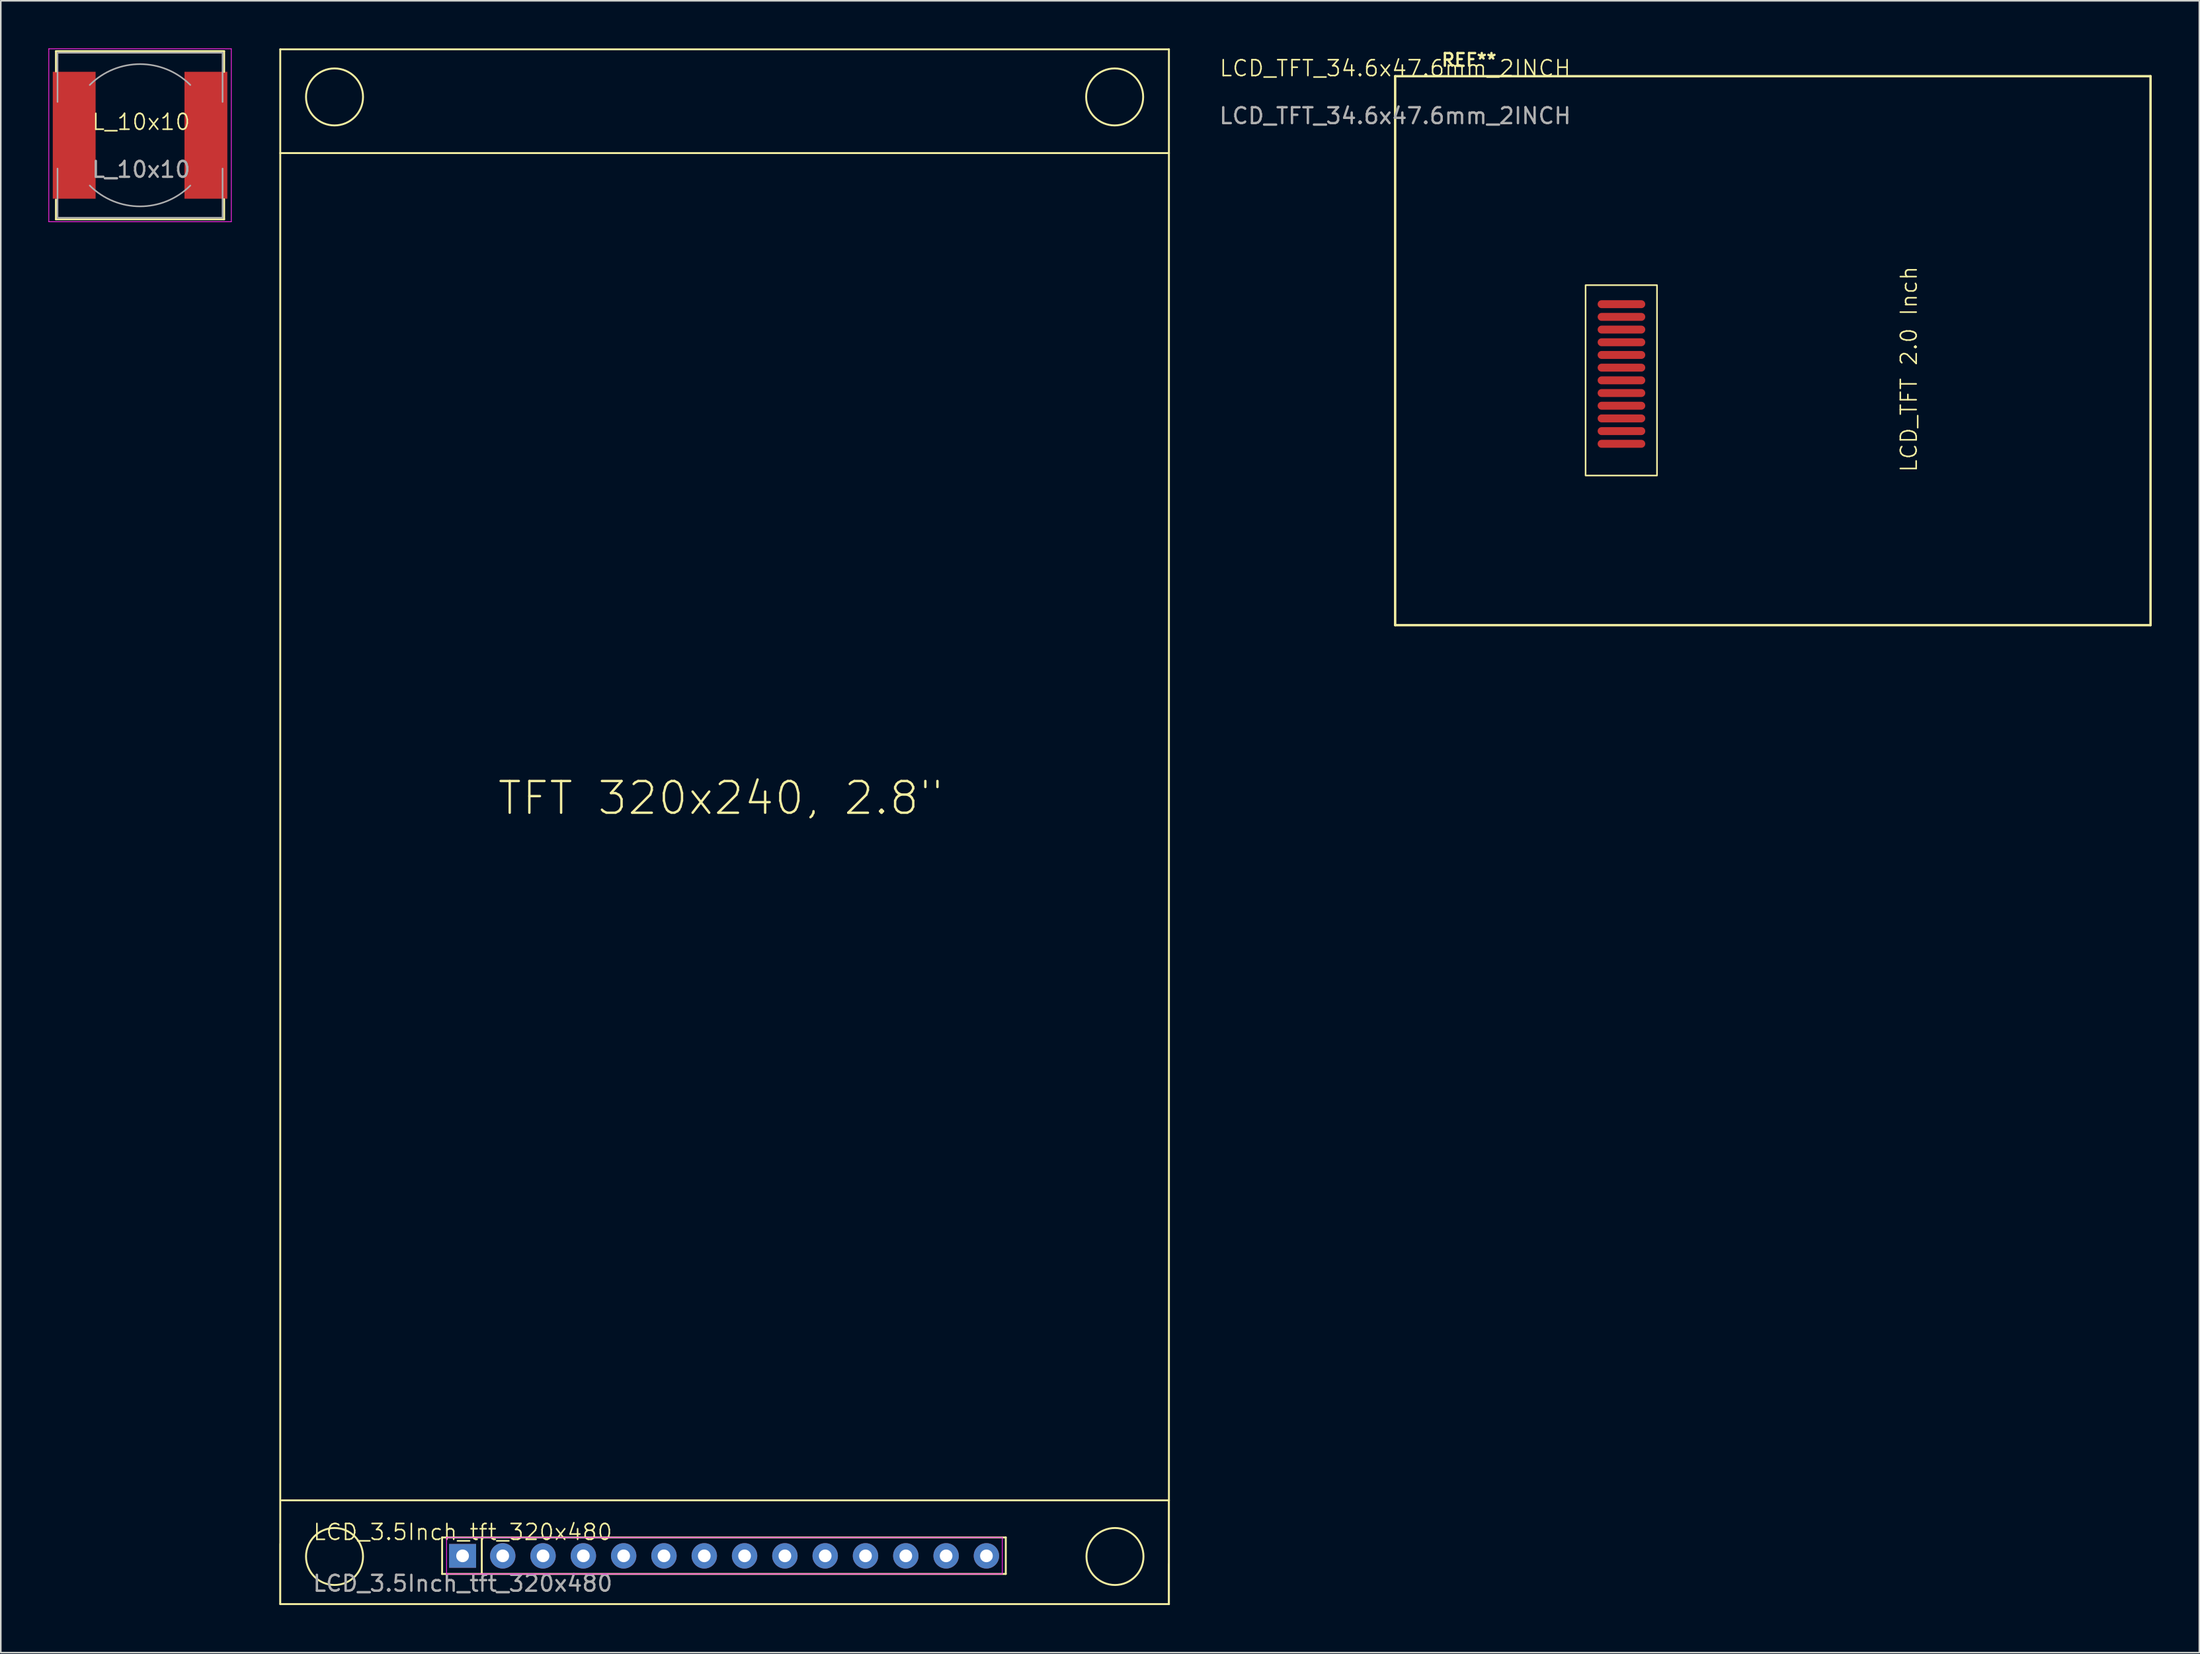
<source format=kicad_pcb>
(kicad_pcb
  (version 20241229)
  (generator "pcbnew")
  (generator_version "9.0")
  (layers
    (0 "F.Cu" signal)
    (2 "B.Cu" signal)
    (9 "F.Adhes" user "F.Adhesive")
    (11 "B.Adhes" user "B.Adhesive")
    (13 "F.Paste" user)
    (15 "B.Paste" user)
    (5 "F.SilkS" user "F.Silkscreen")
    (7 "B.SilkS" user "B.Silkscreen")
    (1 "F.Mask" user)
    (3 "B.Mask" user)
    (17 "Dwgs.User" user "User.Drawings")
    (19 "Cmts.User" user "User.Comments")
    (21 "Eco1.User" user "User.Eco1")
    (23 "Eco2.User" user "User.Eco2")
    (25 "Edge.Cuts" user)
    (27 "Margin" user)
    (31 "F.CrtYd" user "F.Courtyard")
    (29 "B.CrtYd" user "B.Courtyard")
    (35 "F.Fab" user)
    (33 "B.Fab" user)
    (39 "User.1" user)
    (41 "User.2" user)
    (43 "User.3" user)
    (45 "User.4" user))
  (footprint "LCD_3.5Inch_tft_320x480"
    (layer "F.Cu")
    (at 26.11 94.26)
    (property "Reference" "LCD_3.5Inch_tft_320x480" (at 0 -0.74 0) (unlocked yes) (layer "F.SilkS") (effects (font (size 1 1) (thickness 0.1))))
    (attr through_hole)
    (fp_line (start -11.5 -94.2) (end -11.5 3.8) (stroke (width 0.12) (type solid)) (layer "F.SilkS"))
    (fp_line (start -11.5 -87.66) (end 44.5 -87.66) (stroke (width 0.12) (type solid)) (layer "F.SilkS"))
    (fp_line (start -11.5 0) (end -11.5 3.8) (stroke (width 0.1) (type default)) (layer "F.SilkS"))
    (fp_line (start -11.5 3.8) (end 44.5 3.8) (stroke (width 0.12) (type solid)) (layer "F.SilkS"))
    (fp_line (start -11.4 -2.74) (end 44.5 -2.74) (stroke (width 0.12) (type solid)) (layer "F.SilkS"))
    (fp_line (start -1.3 -0.4) (end 34.22 -0.4) (stroke (width 0.12) (type solid)) (layer "F.SilkS"))
    (fp_line (start -1.3 1.9) (end -1.3 -0.4) (stroke (width 0.12) (type solid)) (layer "F.SilkS"))
    (fp_line (start 1.2 -0.4) (end 1.2 1.9) (stroke (width 0.12) (type solid)) (layer "F.SilkS"))
    (fp_line (start 34.22 -0.4) (end 34.22 1.9) (stroke (width 0.12) (type solid)) (layer "F.SilkS"))
    (fp_line (start 34.22 1.9) (end -1.3 1.9) (stroke (width 0.12) (type solid)) (layer "F.SilkS"))
    (fp_line (start 44.5 -94.2) (end -11.5 -94.2) (stroke (width 0.12) (type solid)) (layer "F.SilkS"))
    (fp_line (start 44.5 -2.74) (end 44.5 3.8) (stroke (width 0.1) (type default)) (layer "F.SilkS"))
    (fp_line (start 44.5 1.26) (end 44.5 3.8) (stroke (width 0.1) (type default)) (layer "F.SilkS"))
    (fp_line (start 44.5 3.8) (end 44.5 -94.2) (stroke (width 0.12) (type solid)) (layer "F.SilkS"))
    (fp_circle (center -8.08 -91.2) (end -9.35 -92.47) (stroke (width 0.12) (type solid)) (fill no) (layer "F.SilkS"))
    (fp_circle (center -8.08 0.8) (end -9.35 2.07) (stroke (width 0.12) (type solid)) (fill no) (layer "F.SilkS"))
    (fp_circle (center 41.08 -91.2) (end 39.81 -89.93) (stroke (width 0.12) (type solid)) (fill no) (layer "F.SilkS"))
    (fp_circle (center 41.1 0.8) (end 39.83 2.07) (stroke (width 0.12) (type solid)) (fill no) (layer "F.SilkS"))
    (fp_line (start -1.02 -0.4) (end 34 -0.4) (stroke (width 0.05) (type solid)) (layer "F.CrtYd"))
    (fp_line (start -1.02 1.9) (end -1.02 -0.4) (stroke (width 0.05) (type solid)) (layer "F.CrtYd"))
    (fp_line (start 34 -0.4) (end 34 1.9) (stroke (width 0.05) (type solid)) (layer "F.CrtYd"))
    (fp_line (start 34 1.9) (end -1.02 1.9) (stroke (width 0.05) (type solid)) (layer "F.CrtYd"))
    (fp_text user "TFT 320x240, 2.8\"" (at 16.246 -47 0) (layer "F.SilkS") (effects (font (size 2 2) (thickness 0.15))))
    (fp_text user "${REFERENCE}" (at 0 2.5 0) (unlocked yes) (layer "F.Fab") (effects (font (size 1 1) (thickness 0.15))))
    (pad "1" thru_hole rect (at -0.01 0.76) (size 1.7 1.5) (drill 0.8) (layers "*.Cu" "*.Mask"))
    (pad "2" thru_hole circle (at 2.52 0.76) (size 1.6 1.6) (drill 0.8) (layers "*.Cu" "*.Mask"))
    (pad "3" thru_hole circle (at 5.06 0.76) (size 1.6 1.6) (drill 0.8) (layers "*.Cu" "*.Mask"))
    (pad "4" thru_hole circle (at 7.6 0.76) (size 1.6 1.6) (drill 0.8) (layers "*.Cu" "*.Mask"))
    (pad "5" thru_hole circle (at 10.14 0.76) (size 1.6 1.6) (drill 0.8) (layers "*.Cu" "*.Mask"))
    (pad "6" thru_hole circle (at 12.68 0.76) (size 1.6 1.6) (drill 0.8) (layers "*.Cu" "*.Mask"))
    (pad "7" thru_hole circle (at 15.22 0.76) (size 1.6 1.6) (drill 0.8) (layers "*.Cu" "*.Mask"))
    (pad "8" thru_hole circle (at 17.76 0.76) (size 1.6 1.6) (drill 0.8) (layers "*.Cu" "*.Mask"))
    (pad "9" thru_hole circle (at 20.3 0.76) (size 1.6 1.6) (drill 0.8) (layers "*.Cu" "*.Mask"))
    (pad "10" thru_hole circle (at 22.84 0.76) (size 1.6 1.6) (drill 0.8) (layers "*.Cu" "*.Mask"))
    (pad "11" thru_hole circle (at 25.38 0.76) (size 1.6 1.6) (drill 0.8) (layers "*.Cu" "*.Mask"))
    (pad "12" thru_hole circle (at 27.92 0.76) (size 1.6 1.6) (drill 0.8) (layers "*.Cu" "*.Mask"))
    (pad "13" thru_hole circle (at 30.46 0.76) (size 1.6 1.6) (drill 0.8) (layers "*.Cu" "*.Mask"))
    (pad "14" thru_hole circle (at 33 0.76) (size 1.6 1.6) (drill 0.8) (layers "*.Cu" "*.Mask")))
  (footprint "LCD_TFT_34.6x47.6mm_2INCH"
    (layer "F.Cu")
    (at 84.866 1.754)
    (property "Reference" "LCD_TFT_34.6x47.6mm_2INCH" (at 0 -0.5 0) (unlocked yes) (layer "F.SilkS") (effects (font (size 1 1) (thickness 0.1))))
    (attr smd)
    (fp_line (start 0 0) (end 47.6 0) (stroke (width 0.15) (type default)) (layer "F.SilkS"))
    (fp_line (start 0 34.6) (end 0 0) (stroke (width 0.15) (type default)) (layer "F.SilkS"))
    (fp_line (start 0 34.6) (end 47.6 34.6) (stroke (width 0.15) (type default)) (layer "F.SilkS"))
    (fp_line (start 47.6 34.6) (end 47.6 0) (stroke (width 0.15) (type default)) (layer "F.SilkS"))
    (fp_rect (start 12 13.17) (end 16.5 25.17) (stroke (width 0.1) (type default)) (fill no) (layer "F.SilkS"))
    (fp_line (start 16.5 23.17) (end 12 23.17) (stroke (width 0.1) (type default)) (layer "Margin"))
    (fp_line (start 16.5 25.17) (end 16.5 23.17) (stroke (width 0.1) (type default)) (layer "Margin"))
    (fp_text user "LCD_TFT 2.0 Inch" (at 32.96 25.03 90) (unlocked yes) (layer "F.SilkS") (effects (font (size 1 1) (thickness 0.1)) (justify left bottom)))
    (fp_text user "REF**" (at 4.658 -1.023 0) (unlocked yes) (layer "F.SilkS") (effects (font (size 0.8 0.8) (thickness 0.15))))
    (fp_text user "${REFERENCE}" (at 0 2.5 0) (unlocked yes) (layer "F.Fab") (effects (font (size 1 1) (thickness 0.15))))
    (dimension (type aligned) (layer "Margin") (pts (xy 96.866 14.924) (xy 101.366 14.924)) (height -2.9) (format (prefix "") (suffix "") (units 3) (units_format 1) (precision 2)) (style (thickness 0.1) (arrow_length 1.27) (text_position_mode 2) (arrow_direction outward) (extension_height 0.586) (extension_offset 0.5) (keep_text_aligned yes)) (gr_text "4.50 mm" (at 100.886 10.654 0) (layer "Margin") (effects (font (size 1 1) (thickness 0.1)))))
    (dimension (type aligned) (layer "Margin") (pts (xy 84.866 1.754) (xy 84.866 36.354)) (height 3.8) (format (prefix "") (suffix "") (units 3) (units_format 1) (precision 4)) (style (thickness 0.1) (arrow_length 1.27) (text_position_mode 0) (arrow_direction outward) (extension_height 0.586) (extension_offset 0.5) (keep_text_aligned yes)) (gr_text "34.6000 mm" (at 79.966 19.054 90) (layer "Margin") (effects (font (size 1 1) (thickness 0.1)))))
    (dimension (type aligned) (layer "Margin") (pts (xy 84.866 36.354) (xy 132.466 36.354)) (height 2.8) (format (prefix "") (suffix "") (units 3) (units_format 1) (precision 4)) (style (thickness 0.1) (arrow_length 1.27) (text_position_mode 0) (arrow_direction outward) (extension_height 0.586) (extension_offset 0.5) (keep_text_aligned yes)) (gr_text "47.6000 mm" (at 108.666 38.054 0) (layer "Margin") (effects (font (size 1 1) (thickness 0.1)))))
    (dimension (type aligned) (layer "Margin") (pts (xy 101.366 14.924) (xy 101.366 26.924)) (height -3.1) (format (prefix "") (suffix "") (units 3) (units_format 1) (precision 2)) (style (thickness 0.1) (arrow_length 1.27) (text_position_mode 0) (arrow_direction outward) (extension_height 0.586) (extension_offset 0.5) (keep_text_aligned yes)) (gr_text "12.00 mm" (at 103.366 20.924 90) (layer "Margin") (effects (font (size 1 1) (thickness 0.1)))))
    (dimension (type aligned) (layer "Margin") (pts (xy 96.866 14.924) (xy 84.866 14.924)) (height -0.021) (format (prefix "") (suffix "") (units 3) (units_format 1) (precision 4)) (style (thickness 0.1) (arrow_length 1.27) (text_position_mode 0) (arrow_direction outward) (extension_height 0.586) (extension_offset 0.5) (keep_text_aligned yes)) (gr_text "12.0000 mm" (at 90.866 13.845 0) (layer "Margin") (effects (font (size 1 1) (thickness 0.1)))))
    (dimension (type aligned) (layer "Margin") (pts (xy 96.866 14.945) (xy 96.866 1.775)) (height 0) (format (prefix "") (suffix "") (units 3) (units_format 1) (precision 4)) (style (thickness 0.1) (arrow_length 1.27) (text_position_mode 0) (arrow_direction outward) (extension_height 0.586) (extension_offset 0.5) (keep_text_aligned yes)) (gr_text "13.1700 mm" (at 95.766 8.36 90) (layer "Margin") (effects (font (size 1 1) (thickness 0.1)))))
    (pad "1" smd oval (at 14.26 23.17 90) (size 0.5 3) (layers "F.Cu" "F.Mask" "F.Paste"))
    (pad "2" smd oval (at 14.26 22.37 90) (size 0.5 3) (layers "F.Cu" "F.Mask" "F.Paste"))
    (pad "3" smd oval (at 14.26 21.57 90) (size 0.5 3) (layers "F.Cu" "F.Mask" "F.Paste"))
    (pad "4" smd oval (at 14.26 20.77 90) (size 0.5 3) (layers "F.Cu" "F.Mask" "F.Paste"))
    (pad "5" smd oval (at 14.26 19.97 90) (size 0.5 3) (layers "F.Cu" "F.Mask" "F.Paste"))
    (pad "6" smd oval (at 14.26 19.17 90) (size 0.5 3) (layers "F.Cu" "F.Mask" "F.Paste"))
    (pad "7" smd oval (at 14.26 18.37 90) (size 0.5 3) (layers "F.Cu" "F.Mask" "F.Paste"))
    (pad "8" smd oval (at 14.26 17.57 90) (size 0.5 3) (layers "F.Cu" "F.Mask" "F.Paste"))
    (pad "9" smd oval (at 14.26 16.77 90) (size 0.5 3) (layers "F.Cu" "F.Mask" "F.Paste"))
    (pad "10" smd oval (at 14.26 15.97 90) (size 0.5 3) (layers "F.Cu" "F.Mask" "F.Paste"))
    (pad "11" smd oval (at 14.26 15.17 90) (size 0.5 3) (layers "F.Cu" "F.Mask" "F.Paste"))
    (pad "12" smd oval (at 14.26 14.37 90) (size 0.5 3) (layers "F.Cu" "F.Mask" "F.Paste")))
  (footprint "L_10x10"
    (layer "F.Cu")
    (at 5.844 5.137)
    (property "Reference" "L_10x10" (at 0 -0.5 0) (unlocked yes) (layer "F.SilkS") (effects (font (size 1 1) (thickness 0.1))))
    (attr smd)
    (fp_line (start -5.369 -4.962) (end 5.231 -4.962) (stroke (width 0.12) (type solid)) (layer "F.SilkS"))
    (fp_line (start -5.369 -3.683) (end -5.369 -4.962) (stroke (width 0.12) (type solid)) (layer "F.SilkS"))
    (fp_line (start -5.369 5.638) (end -5.369 4.394) (stroke (width 0.12) (type solid)) (layer "F.SilkS"))
    (fp_line (start 5.231 -4.962) (end 5.231 -3.658) (stroke (width 0.12) (type solid)) (layer "F.SilkS"))
    (fp_line (start 5.231 4.369) (end 5.231 5.638) (stroke (width 0.12) (type solid)) (layer "F.SilkS"))
    (fp_line (start 5.231 5.638) (end -5.369 5.638) (stroke (width 0.12) (type solid)) (layer "F.SilkS"))
    (fp_line (start -5.819 -5.112) (end -5.819 5.788) (stroke (width 0.05) (type solid)) (layer "F.CrtYd"))
    (fp_line (start -5.819 5.788) (end 5.681 5.788) (stroke (width 0.05) (type solid)) (layer "F.CrtYd"))
    (fp_line (start 5.681 -5.112) (end -5.819 -5.112) (stroke (width 0.05) (type solid)) (layer "F.CrtYd"))
    (fp_line (start 5.681 5.788) (end 5.681 -5.112) (stroke (width 0.05) (type solid)) (layer "F.CrtYd"))
    (fp_line (start -5.269 -4.862) (end -5.269 -1.762) (stroke (width 0.1) (type solid)) (layer "F.Fab"))
    (fp_line (start -5.269 -4.862) (end 5.131 -4.862) (stroke (width 0.1) (type solid)) (layer "F.Fab"))
    (fp_line (start -5.269 5.538) (end -5.269 2.438) (stroke (width 0.1) (type solid)) (layer "F.Fab"))
    (fp_line (start -5.269 5.538) (end 5.131 5.538) (stroke (width 0.1) (type solid)) (layer "F.Fab"))
    (fp_line (start 5.131 -4.862) (end 5.131 -1.762) (stroke (width 0.1) (type solid)) (layer "F.Fab"))
    (fp_line (start 5.131 5.538) (end 5.131 2.438) (stroke (width 0.1) (type solid)) (layer "F.Fab"))
    (fp_arc (start -3.2392 -2.8316) (mid -0.0692 -4.144657) (end 3.1008 -2.8316) (stroke (width 0.1) (type solid)) (layer "F.Fab"))
    (fp_arc (start 3.1008 3.5084) (mid -0.0692 4.821457) (end -3.2392 3.5084) (stroke (width 0.1) (type solid)) (layer "F.Fab"))
    (fp_text user "${REFERENCE}" (at 0 2.5 0) (unlocked yes) (layer "F.Fab") (effects (font (size 1 1) (thickness 0.15))))
    (pad "1" smd rect (at -4.219 0.338) (size 2.7 8) (layers "F.Cu" "F.Mask" "F.Paste"))
    (pad "2" smd rect (at 4.081 0.338) (size 2.7 8) (layers "F.Cu" "F.Mask" "F.Paste")))
  (gr_rect
    (start -3 -3)
    (end 135.541 101.12)
    (stroke (width 0.1) (type default))
    (fill no)
    (layer "Edge.Cuts")))
</source>
